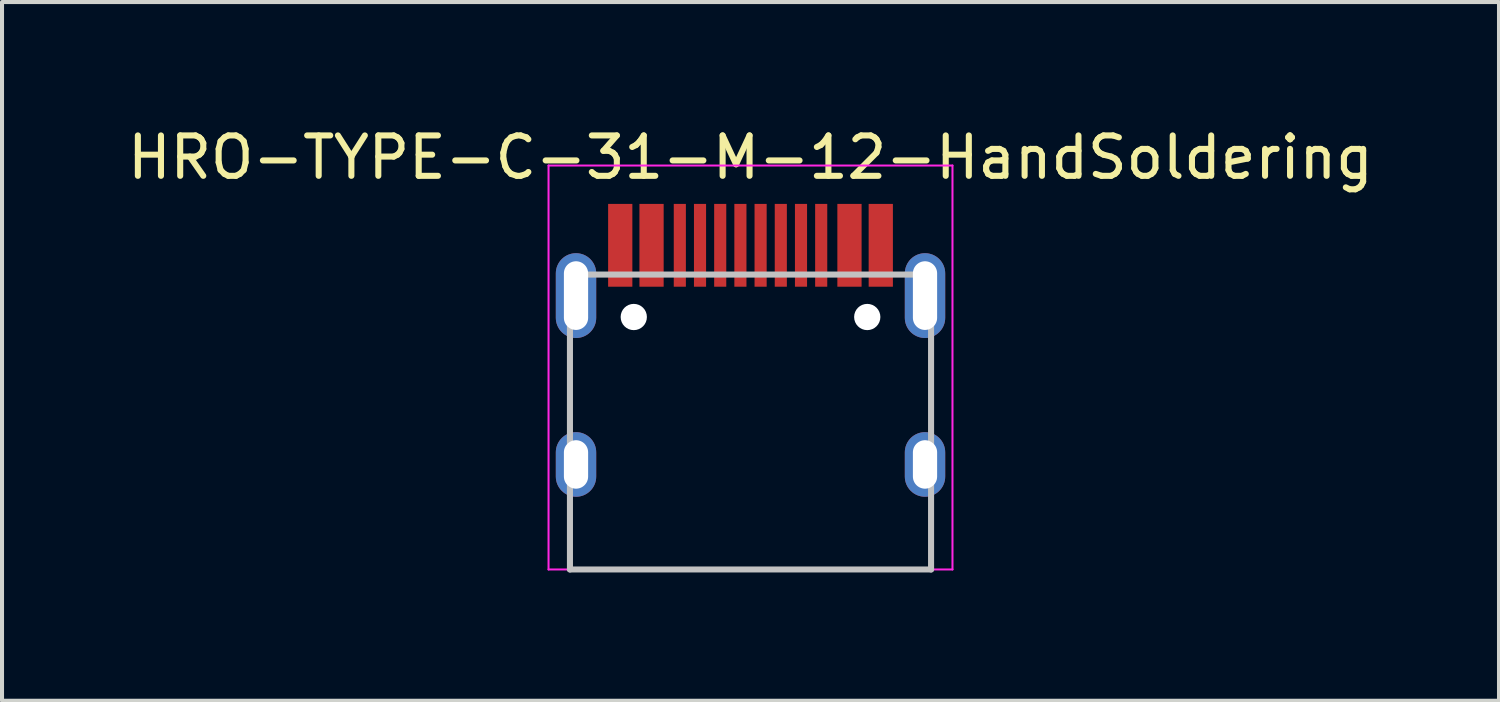
<source format=kicad_pcb>
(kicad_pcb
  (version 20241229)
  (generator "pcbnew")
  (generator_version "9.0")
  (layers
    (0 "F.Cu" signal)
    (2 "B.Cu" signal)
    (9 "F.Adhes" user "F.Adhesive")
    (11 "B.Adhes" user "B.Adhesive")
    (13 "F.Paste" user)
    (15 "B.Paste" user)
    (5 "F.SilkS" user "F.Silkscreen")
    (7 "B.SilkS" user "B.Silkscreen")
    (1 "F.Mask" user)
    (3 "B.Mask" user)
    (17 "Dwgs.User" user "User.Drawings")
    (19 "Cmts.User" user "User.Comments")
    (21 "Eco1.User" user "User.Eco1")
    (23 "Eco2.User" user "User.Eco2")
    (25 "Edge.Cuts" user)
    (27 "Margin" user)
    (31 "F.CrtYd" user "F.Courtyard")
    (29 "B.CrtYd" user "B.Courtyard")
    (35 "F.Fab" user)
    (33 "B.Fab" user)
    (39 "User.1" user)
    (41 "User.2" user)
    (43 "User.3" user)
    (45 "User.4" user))
  (footprint "HRO-TYPE-C-31-M-12-HandSoldering"
    (layer "F.Cu")
    (at 15.53 11.048)
    (property "Reference" "HRO-TYPE-C-31-M-12-HandSoldering" (at 0 -10.2 0) (layer "F.SilkS") (effects (font (size 1 1) (thickness 0.15))))
    (attr smd)
    (fp_line (start -4.47 -7.3) (end 4.47 -7.3) (stroke (width 0.15) (type solid)) (layer "Dwgs.User"))
    (fp_line (start -4.47 0) (end -4.47 -7.3) (stroke (width 0.15) (type solid)) (layer "Dwgs.User"))
    (fp_line (start -4.47 0) (end 4.47 0) (stroke (width 0.15) (type solid)) (layer "Dwgs.User"))
    (fp_line (start 4.47 0) (end 4.47 -7.3) (stroke (width 0.15) (type solid)) (layer "Dwgs.User"))
    (fp_line (start -5 -10) (end 5 -10) (stroke (width 0.05) (type solid)) (layer "F.CrtYd"))
    (fp_line (start -5 0) (end -5 -10) (stroke (width 0.05) (type solid)) (layer "F.CrtYd"))
    (fp_line (start 5 -10) (end 5 0) (stroke (width 0.05) (type solid)) (layer "F.CrtYd"))
    (fp_line (start 5 0) (end -5 0) (stroke (width 0.05) (type solid)) (layer "F.CrtYd"))
    (pad "" np_thru_hole circle (at -2.89 -6.25) (size 0.65 0.65) (drill 0.65) (layers "*.Cu" "*.Mask"))
    (pad "" np_thru_hole circle (at 2.89 -6.25) (size 0.65 0.65) (drill 0.65) (layers "*.Cu" "*.Mask"))
    (pad "1" smd rect (at -3.225 -8.025) (size 0.6 2.05) (layers "F.Cu" "F.Mask" "F.Paste"))
    (pad "2" smd rect (at -2.45 -8.025) (size 0.6 2.05) (layers "F.Cu" "F.Mask" "F.Paste"))
    (pad "3" smd rect (at -1.75 -8.025) (size 0.3 2.05) (layers "F.Cu" "F.Mask" "F.Paste"))
    (pad "4" smd rect (at -1.25 -8.025) (size 0.3 2.05) (layers "F.Cu" "F.Mask" "F.Paste"))
    (pad "5" smd rect (at -0.75 -8.025) (size 0.3 2.05) (layers "F.Cu" "F.Mask" "F.Paste"))
    (pad "6" smd rect (at -0.25 -8.025) (size 0.3 2.05) (layers "F.Cu" "F.Mask" "F.Paste"))
    (pad "7" smd rect (at 0.25 -8.025) (size 0.3 2.05) (layers "F.Cu" "F.Mask" "F.Paste"))
    (pad "8" smd rect (at 0.75 -8.025) (size 0.3 2.05) (layers "F.Cu" "F.Mask" "F.Paste"))
    (pad "9" smd rect (at 1.25 -8.025) (size 0.3 2.05) (layers "F.Cu" "F.Mask" "F.Paste"))
    (pad "10" smd rect (at 1.75 -8.025) (size 0.3 2.05) (layers "F.Cu" "F.Mask" "F.Paste"))
    (pad "11" smd rect (at 2.45 -8.025) (size 0.6 2.05) (layers "F.Cu" "F.Mask" "F.Paste"))
    (pad "12" smd rect (at 3.225 -8.025) (size 0.6 2.05) (layers "F.Cu" "F.Mask" "F.Paste"))
    (pad "13" thru_hole oval (at -4.32 -6.78) (size 1 2.1) (drill oval 0.6 1.7) (layers "*.Cu" "*.Mask"))
    (pad "13" thru_hole oval (at -4.32 -2.6) (size 1 1.6) (drill oval 0.6 1.2) (layers "*.Cu" "*.Mask"))
    (pad "13" thru_hole oval (at 4.32 -6.78) (size 1 2.1) (drill oval 0.6 1.7) (layers "*.Cu" "*.Mask"))
    (pad "13" thru_hole oval (at 4.32 -2.6) (size 1 1.6) (drill oval 0.6 1.2) (layers "*.Cu" "*.Mask")))
  (gr_rect
    (start -3 -3)
    (end 34.06 14.298)
    (stroke (width 0.1) (type default))
    (fill no)
    (layer "Edge.Cuts")))
</source>
